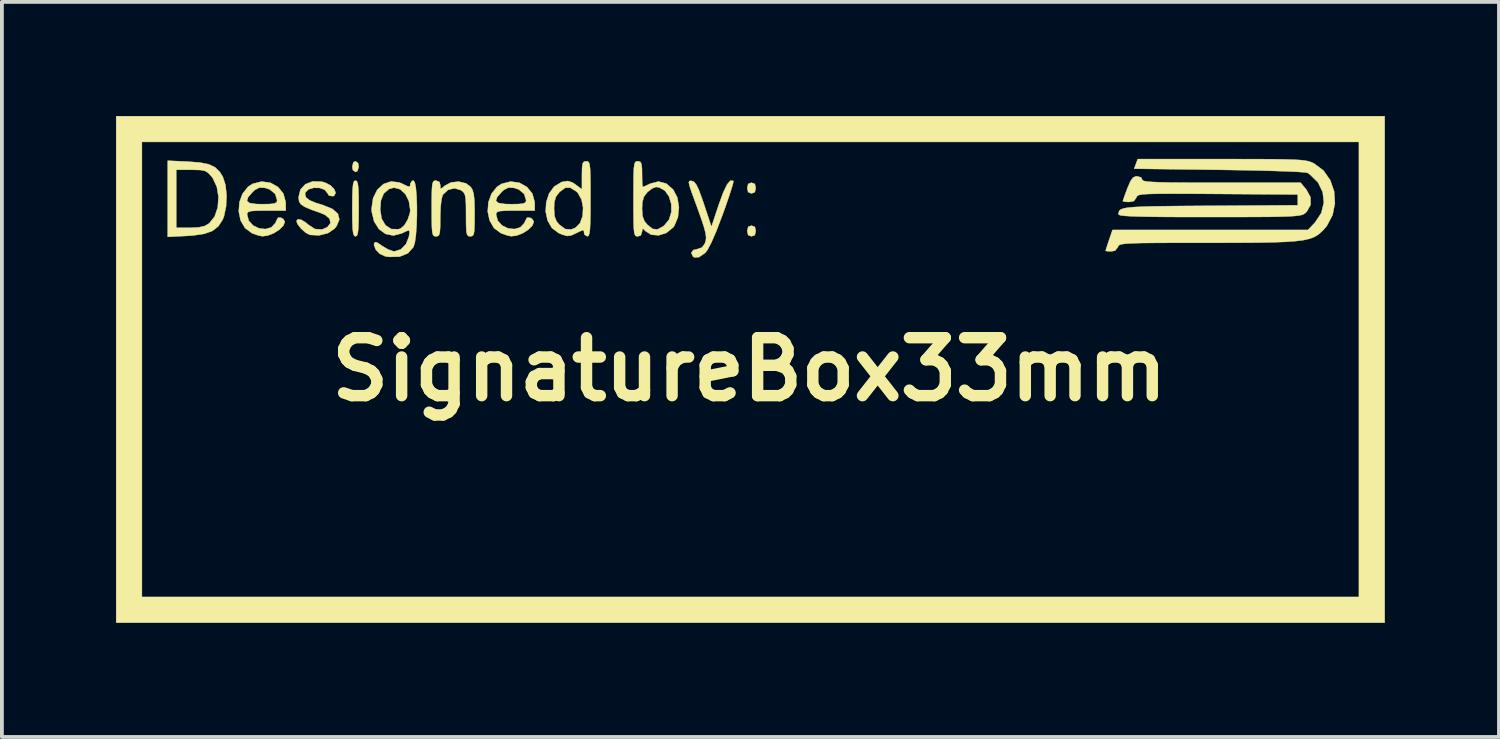
<source format=kicad_pcb>
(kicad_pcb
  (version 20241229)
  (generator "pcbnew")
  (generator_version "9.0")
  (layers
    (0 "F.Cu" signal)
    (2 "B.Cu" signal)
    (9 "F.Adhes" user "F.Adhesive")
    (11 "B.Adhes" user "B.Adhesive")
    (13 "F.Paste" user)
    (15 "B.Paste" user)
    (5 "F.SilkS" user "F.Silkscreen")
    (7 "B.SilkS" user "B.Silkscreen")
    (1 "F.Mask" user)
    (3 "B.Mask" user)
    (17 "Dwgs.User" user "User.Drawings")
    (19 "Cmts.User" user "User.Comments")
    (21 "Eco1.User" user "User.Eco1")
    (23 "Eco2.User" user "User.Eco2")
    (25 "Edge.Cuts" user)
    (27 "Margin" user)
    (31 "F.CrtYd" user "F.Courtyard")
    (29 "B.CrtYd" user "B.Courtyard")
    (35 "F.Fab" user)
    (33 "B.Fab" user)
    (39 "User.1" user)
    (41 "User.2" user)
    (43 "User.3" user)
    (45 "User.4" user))
  (footprint "SignatureBox33mm"
    (layer "F.Cu")
    (at 16.656 6.665)
    (property "Reference" "SignatureBox33mm" (at 0 0 0) (layer "F.SilkS") (effects (font (size 1.524 1.524) (thickness 0.3))))
    (attr through_hole)
    (fp_poly (pts (xy -10.289 -5.426) (xy -10.273 -5.334) (xy -10.302 -5.221) (xy -10.358 -5.193) (xy -10.426 -5.242) (xy -10.442 -5.334) (xy -10.413 -5.447) (xy -10.358 -5.475) (xy -10.289 -5.426)) (stroke (width 0.01) (type solid)) (fill yes) (layer "F.SilkS"))
    (fp_poly (pts (xy 0.145 -4.878) (xy 0.169 -4.77) (xy 0.143 -4.659) (xy 0.056 -4.628) (xy -0.032 -4.662) (xy -0.056 -4.77) (xy -0.03 -4.88) (xy 0.056 -4.911) (xy 0.145 -4.878)) (stroke (width 0.01) (type solid)) (fill yes) (layer "F.SilkS"))
    (fp_poly (pts (xy 0.145 -3.749) (xy 0.169 -3.641) (xy 0.143 -3.53) (xy 0.056 -3.5) (xy -0.032 -3.533) (xy -0.056 -3.641) (xy -0.03 -3.751) (xy 0.056 -3.782) (xy 0.145 -3.749)) (stroke (width 0.01) (type solid)) (fill yes) (layer "F.SilkS"))
    (fp_poly (pts (xy 16.708 6.66) (xy -16.651 6.66) (xy -16.651 -5.983) (xy -15.974 -5.983) (xy -15.974 5.983) (xy 16.03 5.983) (xy 16.03 -5.983) (xy -15.974 -5.983) (xy -16.651 -5.983) (xy -16.651 -6.66) (xy 16.708 -6.66) (xy 16.708 6.66)) (stroke (width 0.01) (type solid)) (fill yes) (layer "F.SilkS"))
    (fp_poly (pts (xy -10.322 -4.951) (xy -10.298 -4.891) (xy -10.283 -4.77) (xy -10.275 -4.572) (xy -10.273 -4.28) (xy -10.273 -4.233) (xy -10.275 -3.928) (xy -10.282 -3.718) (xy -10.296 -3.588) (xy -10.318 -3.521) (xy -10.352 -3.5) (xy -10.358 -3.5) (xy -10.393 -3.516) (xy -10.417 -3.576) (xy -10.432 -3.697) (xy -10.44 -3.895) (xy -10.442 -4.187) (xy -10.442 -4.233) (xy -10.44 -4.539) (xy -10.433 -4.748) (xy -10.419 -4.878) (xy -10.397 -4.946) (xy -10.363 -4.967) (xy -10.358 -4.967) (xy -10.322 -4.951)) (stroke (width 0.01) (type solid)) (fill yes) (layer "F.SilkS"))
    (fp_poly (pts (xy -14.768 -5.465) (xy -14.447 -5.441) (xy -14.214 -5.394) (xy -14.048 -5.314) (xy -13.924 -5.191) (xy -13.846 -5.065) (xy -13.776 -4.85) (xy -13.747 -4.574) (xy -13.761 -4.285) (xy -13.816 -4.026) (xy -13.852 -3.935) (xy -13.964 -3.764) (xy -14.117 -3.644) (xy -14.331 -3.567) (xy -14.626 -3.523) (xy -14.803 -3.511) (xy -15.296 -3.486) (xy -15.296 -5.249) (xy -15.071 -5.249) (xy -15.071 -3.725) (xy -14.711 -3.725) (xy -14.479 -3.736) (xy -14.32 -3.773) (xy -14.205 -3.841) (xy -14.062 -4.02) (xy -13.98 -4.261) (xy -13.96 -4.533) (xy -14.004 -4.801) (xy -14.113 -5.034) (xy -14.148 -5.08) (xy -14.232 -5.17) (xy -14.318 -5.221) (xy -14.441 -5.244) (xy -14.635 -5.249) (xy -14.681 -5.249) (xy -15.071 -5.249) (xy -15.296 -5.249) (xy -15.296 -5.489) (xy -14.768 -5.465)) (stroke (width 0.01) (type solid)) (fill yes) (layer "F.SilkS"))
    (fp_poly (pts (xy -0.428 -4.961) (xy -0.419 -4.953) (xy -0.428 -4.894) (xy -0.471 -4.747) (xy -0.542 -4.531) (xy -0.634 -4.263) (xy -0.708 -4.058) (xy -0.865 -3.645) (xy -0.998 -3.338) (xy -1.104 -3.138) (xy -1.164 -3.062) (xy -1.324 -2.953) (xy -1.448 -2.946) (xy -1.486 -2.973) (xy -1.527 -3.067) (xy -1.474 -3.14) (xy -1.382 -3.161) (xy -1.244 -3.207) (xy -1.173 -3.306) (xy -1.146 -3.384) (xy -1.137 -3.471) (xy -1.152 -3.587) (xy -1.194 -3.748) (xy -1.268 -3.971) (xy -1.377 -4.276) (xy -1.43 -4.421) (xy -1.52 -4.667) (xy -1.573 -4.826) (xy -1.592 -4.916) (xy -1.58 -4.954) (xy -1.539 -4.96) (xy -1.513 -4.957) (xy -1.452 -4.931) (xy -1.395 -4.86) (xy -1.331 -4.727) (xy -1.251 -4.513) (xy -1.194 -4.346) (xy -0.997 -3.754) (xy -0.803 -4.336) (xy -0.687 -4.653) (xy -0.587 -4.862) (xy -0.501 -4.963) (xy -0.428 -4.961)) (stroke (width 0.01) (type solid)) (fill yes) (layer "F.SilkS"))
    (fp_poly (pts (xy -11.248 -4.938) (xy -11.159 -4.914) (xy -11.015 -4.84) (xy -10.917 -4.741) (xy -10.879 -4.643) (xy -10.916 -4.57) (xy -10.952 -4.555) (xy -11.055 -4.571) (xy -11.093 -4.634) (xy -11.17 -4.726) (xy -11.303 -4.773) (xy -11.456 -4.776) (xy -11.592 -4.736) (xy -11.674 -4.656) (xy -11.684 -4.608) (xy -11.658 -4.523) (xy -11.568 -4.45) (xy -11.396 -4.378) (xy -11.22 -4.324) (xy -10.966 -4.222) (xy -10.82 -4.094) (xy -10.782 -3.943) (xy -10.854 -3.771) (xy -10.908 -3.703) (xy -11.081 -3.584) (xy -11.313 -3.526) (xy -11.556 -3.538) (xy -11.669 -3.596) (xy -11.79 -3.704) (xy -11.882 -3.824) (xy -11.91 -3.902) (xy -11.872 -3.951) (xy -11.779 -3.933) (xy -11.658 -3.859) (xy -11.604 -3.81) (xy -11.425 -3.693) (xy -11.236 -3.68) (xy -11.096 -3.743) (xy -11.015 -3.85) (xy -11.037 -3.962) (xy -11.156 -4.063) (xy -11.261 -4.109) (xy -11.521 -4.202) (xy -11.692 -4.275) (xy -11.792 -4.341) (xy -11.839 -4.414) (xy -11.853 -4.508) (xy -11.853 -4.534) (xy -11.805 -4.731) (xy -11.674 -4.872) (xy -11.482 -4.945) (xy -11.248 -4.938)) (stroke (width 0.01) (type solid)) (fill yes) (layer "F.SilkS"))
    (fp_poly (pts (xy -12.594 -4.909) (xy -12.396 -4.798) (xy -12.254 -4.624) (xy -12.193 -4.4) (xy -12.192 -4.37) (xy -12.192 -4.177) (xy -12.7 -4.177) (xy -12.943 -4.175) (xy -13.094 -4.165) (xy -13.174 -4.143) (xy -13.205 -4.106) (xy -13.208 -4.077) (xy -13.164 -3.909) (xy -13.049 -3.785) (xy -12.893 -3.71) (xy -12.725 -3.691) (xy -12.572 -3.735) (xy -12.464 -3.849) (xy -12.446 -3.895) (xy -12.395 -3.992) (xy -12.316 -3.99) (xy -12.257 -3.957) (xy -12.214 -3.882) (xy -12.255 -3.782) (xy -12.358 -3.677) (xy -12.503 -3.584) (xy -12.667 -3.52) (xy -12.807 -3.502) (xy -12.919 -3.525) (xy -13.069 -3.578) (xy -13.083 -3.585) (xy -13.264 -3.719) (xy -13.379 -3.917) (xy -13.427 -4.151) (xy -13.41 -4.396) (xy -13.397 -4.433) (xy -13.211 -4.433) (xy -13.143 -4.376) (xy -12.973 -4.35) (xy -12.813 -4.346) (xy -12.604 -4.35) (xy -12.484 -4.365) (xy -12.43 -4.397) (xy -12.418 -4.448) (xy -12.469 -4.615) (xy -12.612 -4.733) (xy -12.739 -4.775) (xy -12.885 -4.782) (xy -13.006 -4.719) (xy -13.063 -4.666) (xy -13.183 -4.527) (xy -13.211 -4.433) (xy -13.397 -4.433) (xy -13.328 -4.622) (xy -13.181 -4.804) (xy -13.063 -4.881) (xy -12.825 -4.941) (xy -12.594 -4.909)) (stroke (width 0.01) (type solid)) (fill yes) (layer "F.SilkS"))
    (fp_poly (pts (xy -8.148 -4.929) (xy -8.128 -4.845) (xy -8.123 -4.763) (xy -8.087 -4.764) (xy -8.011 -4.83) (xy -7.843 -4.918) (xy -7.642 -4.939) (xy -7.451 -4.893) (xy -7.332 -4.804) (xy -7.282 -4.725) (xy -7.25 -4.619) (xy -7.232 -4.462) (xy -7.226 -4.228) (xy -7.225 -4.086) (xy -7.226 -3.823) (xy -7.233 -3.653) (xy -7.249 -3.556) (xy -7.279 -3.512) (xy -7.325 -3.5) (xy -7.338 -3.5) (xy -7.389 -3.507) (xy -7.422 -3.544) (xy -7.441 -3.631) (xy -7.449 -3.787) (xy -7.451 -4.035) (xy -7.451 -4.063) (xy -7.452 -4.321) (xy -7.461 -4.491) (xy -7.481 -4.596) (xy -7.518 -4.66) (xy -7.576 -4.708) (xy -7.584 -4.713) (xy -7.753 -4.764) (xy -7.924 -4.722) (xy -8.057 -4.598) (xy -8.068 -4.578) (xy -8.096 -4.472) (xy -8.117 -4.287) (xy -8.127 -4.058) (xy -8.128 -3.983) (xy -8.13 -3.749) (xy -8.14 -3.605) (xy -8.162 -3.531) (xy -8.202 -3.503) (xy -8.241 -3.5) (xy -8.287 -3.506) (xy -8.318 -3.536) (xy -8.338 -3.61) (xy -8.349 -3.743) (xy -8.353 -3.955) (xy -8.354 -4.233) (xy -8.353 -4.533) (xy -8.348 -4.738) (xy -8.337 -4.865) (xy -8.316 -4.934) (xy -8.284 -4.962) (xy -8.241 -4.967) (xy -8.148 -4.929)) (stroke (width 0.01) (type solid)) (fill yes) (layer "F.SilkS"))
    (fp_poly (pts (xy -6.047 -4.909) (xy -5.849 -4.798) (xy -5.707 -4.624) (xy -5.645 -4.4) (xy -5.644 -4.37) (xy -5.644 -4.177) (xy -6.152 -4.177) (xy -6.395 -4.175) (xy -6.546 -4.165) (xy -6.627 -4.143) (xy -6.657 -4.106) (xy -6.66 -4.077) (xy -6.616 -3.909) (xy -6.502 -3.785) (xy -6.346 -3.71) (xy -6.177 -3.691) (xy -6.025 -3.735) (xy -5.917 -3.849) (xy -5.898 -3.895) (xy -5.848 -3.992) (xy -5.768 -3.99) (xy -5.709 -3.957) (xy -5.666 -3.882) (xy -5.707 -3.782) (xy -5.811 -3.677) (xy -5.955 -3.584) (xy -6.119 -3.52) (xy -6.26 -3.502) (xy -6.371 -3.525) (xy -6.521 -3.578) (xy -6.536 -3.585) (xy -6.717 -3.719) (xy -6.831 -3.917) (xy -6.88 -4.151) (xy -6.863 -4.396) (xy -6.849 -4.433) (xy -6.664 -4.433) (xy -6.596 -4.376) (xy -6.425 -4.35) (xy -6.265 -4.346) (xy -6.056 -4.35) (xy -5.936 -4.365) (xy -5.882 -4.397) (xy -5.87 -4.448) (xy -5.922 -4.615) (xy -6.064 -4.733) (xy -6.191 -4.775) (xy -6.338 -4.782) (xy -6.458 -4.719) (xy -6.516 -4.666) (xy -6.635 -4.527) (xy -6.664 -4.433) (xy -6.849 -4.433) (xy -6.78 -4.622) (xy -6.633 -4.804) (xy -6.515 -4.881) (xy -6.277 -4.941) (xy -6.047 -4.909)) (stroke (width 0.01) (type solid)) (fill yes) (layer "F.SilkS"))
    (fp_poly (pts (xy -4.249 -5.47) (xy -4.22 -5.445) (xy -4.2 -5.384) (xy -4.187 -5.272) (xy -4.18 -5.093) (xy -4.177 -4.832) (xy -4.177 -4.487) (xy -4.178 -4.126) (xy -4.183 -3.863) (xy -4.192 -3.683) (xy -4.207 -3.573) (xy -4.229 -3.516) (xy -4.259 -3.5) (xy -4.262 -3.5) (xy -4.336 -3.545) (xy -4.346 -3.584) (xy -4.352 -3.649) (xy -4.39 -3.66) (xy -4.486 -3.618) (xy -4.551 -3.585) (xy -4.687 -3.522) (xy -4.793 -3.509) (xy -4.922 -3.547) (xy -5.012 -3.585) (xy -5.192 -3.718) (xy -5.306 -3.915) (xy -5.356 -4.15) (xy -5.351 -4.233) (xy -5.136 -4.233) (xy -5.123 -4.034) (xy -5.074 -3.9) (xy -4.998 -3.807) (xy -4.841 -3.692) (xy -4.687 -3.68) (xy -4.573 -3.725) (xy -4.452 -3.848) (xy -4.385 -4.035) (xy -4.372 -4.253) (xy -4.413 -4.466) (xy -4.51 -4.64) (xy -4.558 -4.686) (xy -4.712 -4.78) (xy -4.841 -4.777) (xy -4.98 -4.676) (xy -4.998 -4.659) (xy -5.087 -4.542) (xy -5.128 -4.399) (xy -5.136 -4.233) (xy -5.351 -4.233) (xy -5.342 -4.394) (xy -5.268 -4.623) (xy -5.134 -4.809) (xy -4.942 -4.925) (xy -4.921 -4.932) (xy -4.773 -4.956) (xy -4.648 -4.914) (xy -4.57 -4.861) (xy -4.403 -4.738) (xy -4.403 -5.107) (xy -4.399 -5.306) (xy -4.384 -5.417) (xy -4.348 -5.465) (xy -4.29 -5.475) (xy -4.249 -5.47)) (stroke (width 0.01) (type solid)) (fill yes) (layer "F.SilkS"))
    (fp_poly (pts (xy -2.872 -5.463) (xy -2.838 -5.408) (xy -2.824 -5.286) (xy -2.822 -5.136) (xy -2.819 -4.958) (xy -2.812 -4.835) (xy -2.803 -4.798) (xy -2.744 -4.82) (xy -2.627 -4.876) (xy -2.609 -4.885) (xy -2.39 -4.942) (xy -2.185 -4.888) (xy -2.004 -4.731) (xy -1.894 -4.522) (xy -1.852 -4.265) (xy -1.878 -4.003) (xy -1.972 -3.778) (xy -2.005 -3.734) (xy -2.182 -3.59) (xy -2.383 -3.526) (xy -2.58 -3.543) (xy -2.741 -3.644) (xy -2.779 -3.691) (xy -2.811 -3.696) (xy -2.821 -3.627) (xy -2.855 -3.523) (xy -2.935 -3.5) (xy -2.976 -3.504) (xy -3.005 -3.53) (xy -3.025 -3.59) (xy -3.038 -3.703) (xy -3.045 -3.882) (xy -3.047 -4.143) (xy -3.048 -4.233) (xy -2.822 -4.233) (xy -2.809 -4.034) (xy -2.759 -3.9) (xy -2.684 -3.807) (xy -2.542 -3.696) (xy -2.415 -3.682) (xy -2.266 -3.764) (xy -2.239 -3.784) (xy -2.111 -3.942) (xy -2.051 -4.139) (xy -2.053 -4.35) (xy -2.112 -4.546) (xy -2.22 -4.701) (xy -2.374 -4.788) (xy -2.454 -4.798) (xy -2.554 -4.76) (xy -2.674 -4.669) (xy -2.684 -4.659) (xy -2.773 -4.542) (xy -2.814 -4.399) (xy -2.822 -4.233) (xy -3.048 -4.233) (xy -3.048 -4.487) (xy -3.047 -4.843) (xy -3.045 -5.101) (xy -3.038 -5.277) (xy -3.025 -5.387) (xy -3.004 -5.447) (xy -2.974 -5.471) (xy -2.935 -5.475) (xy -2.872 -5.463)) (stroke (width 0.01) (type solid)) (fill yes) (layer "F.SilkS"))
    (fp_poly (pts (xy -8.797 -4.915) (xy -8.77 -4.773) (xy -8.752 -4.565) (xy -8.742 -4.313) (xy -8.742 -4.042) (xy -8.751 -3.774) (xy -8.769 -3.532) (xy -8.796 -3.339) (xy -8.832 -3.221) (xy -8.978 -3.055) (xy -9.197 -2.966) (xy -9.475 -2.959) (xy -9.576 -2.974) (xy -9.717 -3.039) (xy -9.827 -3.153) (xy -9.871 -3.276) (xy -9.869 -3.301) (xy -9.843 -3.348) (xy -9.783 -3.335) (xy -9.662 -3.253) (xy -9.655 -3.248) (xy -9.504 -3.157) (xy -9.367 -3.108) (xy -9.337 -3.104) (xy -9.167 -3.156) (xy -9.03 -3.294) (xy -8.954 -3.485) (xy -8.934 -3.611) (xy -8.949 -3.657) (xy -9.024 -3.635) (xy -9.14 -3.578) (xy -9.361 -3.521) (xy -9.567 -3.563) (xy -9.742 -3.691) (xy -9.868 -3.89) (xy -9.931 -4.148) (xy -9.933 -4.206) (xy -9.708 -4.206) (xy -9.671 -3.967) (xy -9.568 -3.791) (xy -9.416 -3.692) (xy -9.231 -3.687) (xy -9.175 -3.704) (xy -9.072 -3.791) (xy -8.981 -3.945) (xy -8.925 -4.119) (xy -8.918 -4.194) (xy -8.954 -4.427) (xy -9.048 -4.614) (xy -9.184 -4.738) (xy -9.344 -4.78) (xy -9.476 -4.745) (xy -9.613 -4.628) (xy -9.688 -4.447) (xy -9.708 -4.206) (xy -9.933 -4.206) (xy -9.934 -4.233) (xy -9.894 -4.506) (xy -9.785 -4.724) (xy -9.622 -4.875) (xy -9.424 -4.943) (xy -9.206 -4.917) (xy -9.14 -4.889) (xy -9.003 -4.823) (xy -8.938 -4.805) (xy -8.919 -4.837) (xy -8.918 -4.882) (xy -8.873 -4.957) (xy -8.834 -4.967) (xy -8.797 -4.915)) (stroke (width 0.01) (type solid)) (fill yes) (layer "F.SilkS"))
    (fp_poly (pts (xy 12.977 -5.531) (xy 13.435 -5.53) (xy 13.803 -5.528) (xy 14.092 -5.523) (xy 14.315 -5.516) (xy 14.482 -5.507) (xy 14.606 -5.493) (xy 14.697 -5.476) (xy 14.768 -5.453) (xy 14.83 -5.426) (xy 14.847 -5.418) (xy 15.098 -5.231) (xy 15.276 -4.978) (xy 15.378 -4.683) (xy 15.399 -4.369) (xy 15.337 -4.059) (xy 15.187 -3.776) (xy 15.108 -3.681) (xy 15.027 -3.601) (xy 14.943 -3.533) (xy 14.845 -3.478) (xy 14.723 -3.434) (xy 14.567 -3.399) (xy 14.366 -3.374) (xy 14.108 -3.355) (xy 13.785 -3.343) (xy 13.384 -3.335) (xy 12.896 -3.332) (xy 12.309 -3.33) (xy 12.047 -3.33) (xy 11.474 -3.33) (xy 11.004 -3.329) (xy 10.626 -3.327) (xy 10.33 -3.324) (xy 10.105 -3.318) (xy 9.943 -3.31) (xy 9.831 -3.299) (xy 9.76 -3.284) (xy 9.72 -3.266) (xy 9.701 -3.242) (xy 9.692 -3.217) (xy 9.619 -3.124) (xy 9.516 -3.104) (xy 9.407 -3.11) (xy 9.37 -3.123) (xy 9.386 -3.182) (xy 9.429 -3.313) (xy 9.46 -3.405) (xy 9.55 -3.669) (xy 14.69 -3.669) (xy 14.874 -3.863) (xy 15.041 -4.114) (xy 15.108 -4.388) (xy 15.078 -4.662) (xy 14.955 -4.916) (xy 14.74 -5.128) (xy 14.676 -5.17) (xy 14.602 -5.182) (xy 14.428 -5.195) (xy 14.167 -5.207) (xy 13.83 -5.219) (xy 13.431 -5.23) (xy 12.983 -5.239) (xy 12.497 -5.247) (xy 12.355 -5.249) (xy 10.119 -5.278) (xy 10.166 -5.405) (xy 10.213 -5.532) (xy 12.418 -5.532) (xy 12.977 -5.531)) (stroke (width 0.01) (type solid)) (fill yes) (layer "F.SilkS"))
    (fp_poly (pts (xy 10.304 -5.049) (xy 10.329 -4.995) (xy 10.341 -4.973) (xy 10.382 -4.955) (xy 10.464 -4.941) (xy 10.596 -4.93) (xy 10.789 -4.922) (xy 11.054 -4.916) (xy 11.399 -4.913) (xy 11.836 -4.911) (xy 12.375 -4.911) (xy 12.413 -4.911) (xy 14.496 -4.911) (xy 14.647 -4.731) (xy 14.756 -4.532) (xy 14.76 -4.331) (xy 14.66 -4.151) (xy 14.613 -4.106) (xy 14.576 -4.082) (xy 14.524 -4.062) (xy 14.445 -4.046) (xy 14.33 -4.034) (xy 14.167 -4.024) (xy 13.946 -4.017) (xy 13.657 -4.012) (xy 13.29 -4.01) (xy 12.833 -4.008) (xy 12.277 -4.008) (xy 12.101 -4.008) (xy 11.494 -4.008) (xy 10.992 -4.01) (xy 10.586 -4.014) (xy 10.269 -4.02) (xy 10.031 -4.028) (xy 9.865 -4.039) (xy 9.762 -4.052) (xy 9.715 -4.069) (xy 9.709 -4.078) (xy 9.713 -4.129) (xy 9.727 -4.171) (xy 9.764 -4.205) (xy 9.833 -4.232) (xy 9.943 -4.253) (xy 10.105 -4.269) (xy 10.329 -4.28) (xy 10.624 -4.289) (xy 11.002 -4.294) (xy 11.471 -4.299) (xy 12.042 -4.303) (xy 12.11 -4.303) (xy 14.422 -4.318) (xy 14.422 -4.6) (xy 12.314 -4.615) (xy 11.771 -4.619) (xy 11.33 -4.621) (xy 10.981 -4.621) (xy 10.711 -4.619) (xy 10.512 -4.614) (xy 10.371 -4.606) (xy 10.278 -4.594) (xy 10.223 -4.577) (xy 10.194 -4.555) (xy 10.18 -4.529) (xy 10.177 -4.516) (xy 10.111 -4.427) (xy 9.984 -4.403) (xy 9.868 -4.41) (xy 9.821 -4.426) (xy 9.84 -4.487) (xy 9.888 -4.621) (xy 9.942 -4.765) (xy 10.02 -4.947) (xy 10.087 -5.043) (xy 10.163 -5.078) (xy 10.196 -5.08) (xy 10.304 -5.049)) (stroke (width 0.01) (type solid)) (fill yes) (layer "F.SilkS")))
  (gr_rect
    (start -3 -3)
    (end 36.369 16.331)
    (stroke (width 0.1) (type default))
    (fill no)
    (layer "Edge.Cuts")))
</source>
